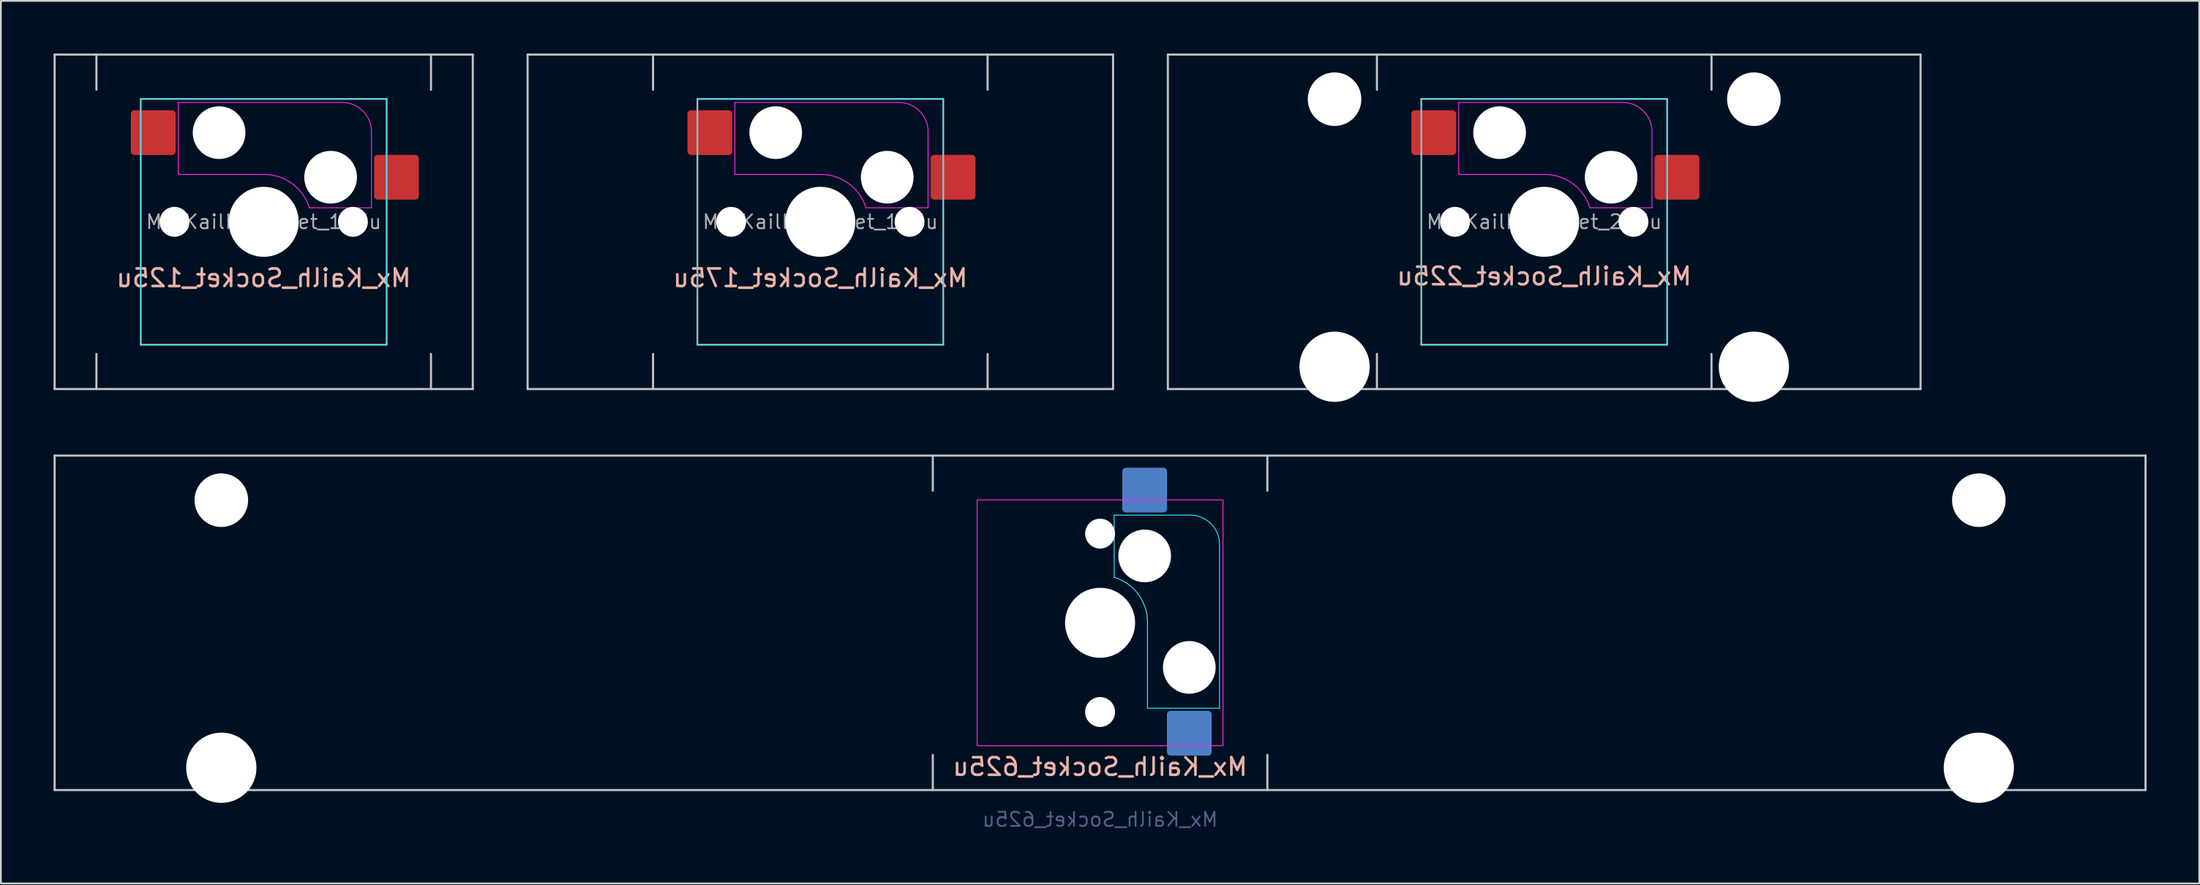
<source format=kicad_pcb>
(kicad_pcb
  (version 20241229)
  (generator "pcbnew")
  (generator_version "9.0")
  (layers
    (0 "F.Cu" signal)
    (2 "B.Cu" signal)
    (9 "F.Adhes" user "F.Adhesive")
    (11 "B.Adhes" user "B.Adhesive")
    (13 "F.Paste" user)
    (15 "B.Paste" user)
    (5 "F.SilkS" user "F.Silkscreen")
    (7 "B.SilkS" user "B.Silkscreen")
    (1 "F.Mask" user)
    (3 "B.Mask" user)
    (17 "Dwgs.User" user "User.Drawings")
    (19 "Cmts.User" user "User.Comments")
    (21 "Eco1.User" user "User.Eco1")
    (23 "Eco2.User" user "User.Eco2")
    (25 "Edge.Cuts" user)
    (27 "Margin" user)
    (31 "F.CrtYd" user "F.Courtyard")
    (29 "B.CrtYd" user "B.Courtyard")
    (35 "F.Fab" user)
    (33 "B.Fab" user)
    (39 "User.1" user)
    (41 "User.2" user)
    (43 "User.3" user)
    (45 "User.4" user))
  (footprint "Mx_Kailh_Socket_625u"
    (layer "F.Cu")
    (at 59.591 32.425)
    (property "Reference" "Mx_Kailh_Socket_625u" (at 0 8.2 0) (layer "B.SilkS") (effects (font (size 1 1) (thickness 0.15)) (justify mirror)))
    (attr through_hole)
    (fp_line (start -59.531 -9.525) (end -59.531 9.525) (stroke (width 0.12) (type solid)) (layer "Dwgs.User"))
    (fp_line (start -59.531 9.525) (end 59.531 9.525) (stroke (width 0.12) (type solid)) (layer "Dwgs.User"))
    (fp_line (start -9.525 -9.525) (end -9.525 -7.525) (stroke (width 0.12) (type solid)) (layer "Dwgs.User"))
    (fp_line (start -9.525 7.525) (end -9.525 9.525) (stroke (width 0.12) (type solid)) (layer "Dwgs.User"))
    (fp_line (start 9.525 -9.525) (end 9.525 -7.525) (stroke (width 0.12) (type solid)) (layer "Dwgs.User"))
    (fp_line (start 9.525 7.525) (end 9.525 9.525) (stroke (width 0.12) (type solid)) (layer "Dwgs.User"))
    (fp_line (start 59.531 -9.525) (end -59.531 -9.525) (stroke (width 0.12) (type solid)) (layer "Dwgs.User"))
    (fp_line (start 59.531 9.525) (end 59.531 -9.525) (stroke (width 0.12) (type solid)) (layer "Dwgs.User"))
    (fp_line (start 0.8 -6.135) (end 0.8 -2.6) (stroke (width 0.05) (type solid)) (layer "B.CrtYd"))
    (fp_line (start 0.8 -6.135) (end 5.2 -6.135) (stroke (width 0.05) (type solid)) (layer "B.CrtYd"))
    (fp_line (start 2.7 0) (end 2.7 4.865) (stroke (width 0.05) (type solid)) (layer "B.CrtYd"))
    (fp_line (start 6.8 -4.4) (end 6.8 4.865) (stroke (width 0.05) (type solid)) (layer "B.CrtYd"))
    (fp_line (start 6.8 4.865) (end 2.7 4.865) (stroke (width 0.05) (type solid)) (layer "B.CrtYd"))
    (fp_arc (start 0.8 -2.6) (mid 2.181685 -1.615462) (end 2.7 0) (stroke (width 0.05) (type solid)) (layer "B.CrtYd"))
    (fp_arc (start 5.2 -6.135) (mid 6.35933 -5.598871) (end 6.8 -4.4) (stroke (width 0.05) (type solid)) (layer "B.CrtYd"))
    (fp_rect (start -7 7) (end 7 -7) (stroke (width 0.05) (type solid)) (fill no) (layer "F.CrtYd"))
    (fp_text user "${REFERENCE}" (at 0 11.2 0) (unlocked yes) (layer "B.Fab") (effects (font (size 0.8 0.8) (thickness 0.1)) (justify mirror)))
    (pad "" np_thru_hole circle (at -50.038 -6.985) (size 3.05 3.05) (drill 3.05) (layers "*.Cu" "*.Mask"))
    (pad "" np_thru_hole circle (at -50.038 8.255) (size 4 4) (drill 4) (layers "*.Cu" "*.Mask"))
    (pad "" np_thru_hole circle (at 0 -5.08 270) (size 1.702 1.702) (drill 1.702) (layers "*.Cu" "*.Mask"))
    (pad "" np_thru_hole circle (at 0 0 270) (size 3.988 3.988) (drill 3.988) (layers "*.Cu" "*.Mask"))
    (pad "" np_thru_hole circle (at 0 5.08 270) (size 1.702 1.702) (drill 1.702) (layers "*.Cu" "*.Mask"))
    (pad "" np_thru_hole circle (at 2.54 -3.81 270) (size 3 3) (drill 3) (layers "*.Cu" "*.Mask"))
    (pad "" np_thru_hole circle (at 5.08 2.54 270) (size 3 3) (drill 3) (layers "*.Cu" "*.Mask"))
    (pad "" np_thru_hole circle (at 50.038 -6.985) (size 3.05 3.05) (drill 3.05) (layers "*.Cu" "*.Mask"))
    (pad "" np_thru_hole circle (at 50.038 8.255) (size 4 4) (drill 4) (layers "*.Cu" "*.Mask"))
    (pad "1" smd roundrect (at 5.08 6.29 270) (size 2.55 2.55) (layers "B.Cu" "B.Mask" "B.Paste") (roundrect_rratio 0.08))
    (pad "2" smd roundrect (at 2.54 -7.56 270) (size 2.55 2.55) (layers "B.Cu" "B.Mask" "B.Paste") (roundrect_rratio 0.08)))
  (footprint "Mx_Kailh_Socket_175u"
    (layer "F.Cu")
    (at 43.661 9.585)
    (property "Reference" "Mx_Kailh_Socket_175u" (at 0 3.2 0) (layer "B.SilkS") (effects (font (size 1 1) (thickness 0.15)) (justify mirror)))
    (attr through_hole)
    (fp_line (start -16.669 -9.525) (end -16.669 9.525) (stroke (width 0.12) (type solid)) (layer "Dwgs.User"))
    (fp_line (start -16.669 9.525) (end 16.669 9.525) (stroke (width 0.12) (type solid)) (layer "Dwgs.User"))
    (fp_line (start -9.525 -9.525) (end -9.525 -7.525) (stroke (width 0.12) (type solid)) (layer "Dwgs.User"))
    (fp_line (start -9.525 7.525) (end -9.525 9.525) (stroke (width 0.12) (type solid)) (layer "Dwgs.User"))
    (fp_line (start 9.525 -9.525) (end 9.525 -7.525) (stroke (width 0.12) (type solid)) (layer "Dwgs.User"))
    (fp_line (start 9.525 7.525) (end 9.525 9.525) (stroke (width 0.12) (type solid)) (layer "Dwgs.User"))
    (fp_line (start 16.669 -9.525) (end -16.669 -9.525) (stroke (width 0.12) (type solid)) (layer "Dwgs.User"))
    (fp_line (start 16.669 9.525) (end 16.669 -9.525) (stroke (width 0.12) (type solid)) (layer "Dwgs.User"))
    (fp_rect (start -7 7) (end 7 -7) (stroke (width 0.05) (type solid)) (fill no) (layer "B.CrtYd"))
    (fp_line (start -4.865 -6.8) (end -4.865 -2.7) (stroke (width 0.05) (type solid)) (layer "F.CrtYd"))
    (fp_line (start 0 -2.7) (end -4.865 -2.7) (stroke (width 0.05) (type solid)) (layer "F.CrtYd"))
    (fp_line (start 4.4 -6.8) (end -4.865 -6.8) (stroke (width 0.05) (type solid)) (layer "F.CrtYd"))
    (fp_line (start 6.135 -0.8) (end 2.6 -0.8) (stroke (width 0.05) (type solid)) (layer "F.CrtYd"))
    (fp_line (start 6.135 -0.8) (end 6.135 -5.2) (stroke (width 0.05) (type solid)) (layer "F.CrtYd"))
    (fp_arc (start 0 -2.7) (mid 1.615462 -2.181685) (end 2.6 -0.8) (stroke (width 0.05) (type solid)) (layer "F.CrtYd"))
    (fp_arc (start 4.4 -6.8) (mid 5.598871 -6.35933) (end 6.135 -5.2) (stroke (width 0.05) (type solid)) (layer "F.CrtYd"))
    (fp_line (start -7 -7) (end 7 -7) (stroke (width 0.1) (type solid)) (layer "F.Fab"))
    (fp_line (start -7 7) (end -7 -7) (stroke (width 0.1) (type solid)) (layer "F.Fab"))
    (fp_line (start 7 -7) (end 7 7) (stroke (width 0.1) (type solid)) (layer "F.Fab"))
    (fp_line (start 7 7) (end -7 7) (stroke (width 0.1) (type solid)) (layer "F.Fab"))
    (fp_text user "${REFERENCE}" (at 0 0 0) (unlocked yes) (layer "F.Fab") (effects (font (size 0.8 0.8) (thickness 0.1))))
    (pad "" np_thru_hole circle (at -5.08 0) (size 1.702 1.702) (drill 1.702) (layers "*.Cu" "*.Mask"))
    (pad "" np_thru_hole circle (at -2.54 -5.08) (size 3 3) (drill 3) (layers "*.Cu" "*.Mask"))
    (pad "" np_thru_hole circle (at 0 0) (size 3.988 3.988) (drill 3.988) (layers "*.Cu" "*.Mask"))
    (pad "" np_thru_hole circle (at 3.81 -2.54) (size 3 3) (drill 3) (layers "*.Cu" "*.Mask"))
    (pad "" np_thru_hole circle (at 5.08 0) (size 1.702 1.702) (drill 1.702) (layers "*.Cu" "*.Mask"))
    (pad "1" smd roundrect (at -6.29 -5.08) (size 2.55 2.55) (layers "F.Cu" "F.Mask" "F.Paste") (roundrect_rratio 0.08))
    (pad "2" smd roundrect (at 7.56 -2.54) (size 2.55 2.55) (layers "F.Cu" "F.Mask" "F.Paste") (roundrect_rratio 0.08)))
  (footprint "Mx_Kailh_Socket_125u"
    (layer "F.Cu")
    (at 11.966 9.585)
    (property "Reference" "Mx_Kailh_Socket_125u" (at 0 3.2 0) (layer "B.SilkS") (effects (font (size 1 1) (thickness 0.15)) (justify mirror)))
    (attr through_hole)
    (fp_line (start -11.906 -9.525) (end -11.906 9.525) (stroke (width 0.12) (type solid)) (layer "Dwgs.User"))
    (fp_line (start -11.906 9.525) (end 11.906 9.525) (stroke (width 0.12) (type solid)) (layer "Dwgs.User"))
    (fp_line (start -9.525 -9.525) (end -9.525 -7.525) (stroke (width 0.12) (type solid)) (layer "Dwgs.User"))
    (fp_line (start -9.525 7.525) (end -9.525 9.525) (stroke (width 0.12) (type solid)) (layer "Dwgs.User"))
    (fp_line (start 9.525 -9.525) (end 9.525 -7.525) (stroke (width 0.12) (type solid)) (layer "Dwgs.User"))
    (fp_line (start 9.525 7.525) (end 9.525 9.525) (stroke (width 0.12) (type solid)) (layer "Dwgs.User"))
    (fp_line (start 11.906 -9.525) (end -11.906 -9.525) (stroke (width 0.12) (type solid)) (layer "Dwgs.User"))
    (fp_line (start 11.906 9.525) (end 11.906 -9.525) (stroke (width 0.12) (type solid)) (layer "Dwgs.User"))
    (fp_rect (start -7 7) (end 7 -7) (stroke (width 0.05) (type solid)) (fill no) (layer "B.CrtYd"))
    (fp_line (start -4.865 -6.8) (end -4.865 -2.7) (stroke (width 0.05) (type solid)) (layer "F.CrtYd"))
    (fp_line (start 0 -2.7) (end -4.865 -2.7) (stroke (width 0.05) (type solid)) (layer "F.CrtYd"))
    (fp_line (start 4.4 -6.8) (end -4.865 -6.8) (stroke (width 0.05) (type solid)) (layer "F.CrtYd"))
    (fp_line (start 6.135 -0.8) (end 2.6 -0.8) (stroke (width 0.05) (type solid)) (layer "F.CrtYd"))
    (fp_line (start 6.135 -0.8) (end 6.135 -5.2) (stroke (width 0.05) (type solid)) (layer "F.CrtYd"))
    (fp_arc (start 0 -2.7) (mid 1.615462 -2.181685) (end 2.6 -0.8) (stroke (width 0.05) (type solid)) (layer "F.CrtYd"))
    (fp_arc (start 4.4 -6.8) (mid 5.598871 -6.35933) (end 6.135 -5.2) (stroke (width 0.05) (type solid)) (layer "F.CrtYd"))
    (fp_line (start -7 -7) (end -7 7) (stroke (width 0.1) (type solid)) (layer "F.Fab"))
    (fp_line (start -7 7) (end 7 7) (stroke (width 0.1) (type solid)) (layer "F.Fab"))
    (fp_line (start 7 -7) (end -7 -7) (stroke (width 0.1) (type solid)) (layer "F.Fab"))
    (fp_line (start 7 7) (end 7 -7) (stroke (width 0.1) (type solid)) (layer "F.Fab"))
    (fp_text user "${REFERENCE}" (at 0 0 0) (unlocked yes) (layer "F.Fab") (effects (font (size 0.8 0.8) (thickness 0.1))))
    (pad "" np_thru_hole circle (at -5.08 0) (size 1.702 1.702) (drill 1.702) (layers "*.Cu" "*.Mask"))
    (pad "" np_thru_hole circle (at -2.54 -5.08) (size 3 3) (drill 3) (layers "*.Cu" "*.Mask"))
    (pad "" np_thru_hole circle (at 0 0) (size 3.988 3.988) (drill 3.988) (layers "*.Cu" "*.Mask"))
    (pad "" np_thru_hole circle (at 3.81 -2.54) (size 3 3) (drill 3) (layers "*.Cu" "*.Mask"))
    (pad "" np_thru_hole circle (at 5.08 0) (size 1.702 1.702) (drill 1.702) (layers "*.Cu" "*.Mask"))
    (pad "1" smd roundrect (at -6.29 -5.08) (size 2.55 2.55) (layers "F.Cu" "F.Mask" "F.Paste") (roundrect_rratio 0.08))
    (pad "2" smd roundrect (at 7.56 -2.54) (size 2.55 2.55) (layers "F.Cu" "F.Mask" "F.Paste") (roundrect_rratio 0.08)))
  (footprint "Mx_Kailh_Socket_225u"
    (layer "F.Cu")
    (at 84.881 9.585)
    (property "Reference" "Mx_Kailh_Socket_225u" (at 0 3.1 0) (layer "B.SilkS") (effects (font (size 1 1) (thickness 0.15)) (justify mirror)))
    (attr through_hole)
    (fp_line (start -21.431 -9.525) (end -21.431 9.525) (stroke (width 0.12) (type solid)) (layer "Dwgs.User"))
    (fp_line (start -21.431 9.525) (end 21.431 9.525) (stroke (width 0.12) (type solid)) (layer "Dwgs.User"))
    (fp_line (start -9.525 -9.525) (end -9.525 -7.525) (stroke (width 0.12) (type solid)) (layer "Dwgs.User"))
    (fp_line (start -9.525 7.525) (end -9.525 9.525) (stroke (width 0.12) (type solid)) (layer "Dwgs.User"))
    (fp_line (start 9.525 -9.525) (end 9.525 -7.525) (stroke (width 0.12) (type solid)) (layer "Dwgs.User"))
    (fp_line (start 9.525 7.525) (end 9.525 9.525) (stroke (width 0.12) (type solid)) (layer "Dwgs.User"))
    (fp_line (start 21.431 -9.525) (end -21.431 -9.525) (stroke (width 0.12) (type solid)) (layer "Dwgs.User"))
    (fp_line (start 21.431 9.525) (end 21.431 -9.525) (stroke (width 0.12) (type solid)) (layer "Dwgs.User"))
    (fp_rect (start -7 7) (end 7 -7) (stroke (width 0.05) (type solid)) (fill no) (layer "B.CrtYd"))
    (fp_line (start -4.865 -6.8) (end -4.865 -2.7) (stroke (width 0.05) (type solid)) (layer "F.CrtYd"))
    (fp_line (start 0 -2.7) (end -4.865 -2.7) (stroke (width 0.05) (type solid)) (layer "F.CrtYd"))
    (fp_line (start 4.4 -6.8) (end -4.865 -6.8) (stroke (width 0.05) (type solid)) (layer "F.CrtYd"))
    (fp_line (start 6.135 -0.8) (end 2.6 -0.8) (stroke (width 0.05) (type solid)) (layer "F.CrtYd"))
    (fp_line (start 6.135 -0.8) (end 6.135 -5.2) (stroke (width 0.05) (type solid)) (layer "F.CrtYd"))
    (fp_arc (start 0 -2.7) (mid 1.615462 -2.181685) (end 2.6 -0.8) (stroke (width 0.05) (type solid)) (layer "F.CrtYd"))
    (fp_arc (start 4.4 -6.8) (mid 5.598871 -6.35933) (end 6.135 -5.2) (stroke (width 0.05) (type solid)) (layer "F.CrtYd"))
    (fp_line (start -7 -7) (end 7 -7) (stroke (width 0.1) (type solid)) (layer "F.Fab"))
    (fp_line (start -7 7) (end -7 -7) (stroke (width 0.1) (type solid)) (layer "F.Fab"))
    (fp_line (start 7 -7) (end 7 7) (stroke (width 0.1) (type solid)) (layer "F.Fab"))
    (fp_line (start 7 7) (end -7 7) (stroke (width 0.1) (type solid)) (layer "F.Fab"))
    (fp_text user "${REFERENCE}" (at 0 0 0) (unlocked yes) (layer "F.Fab") (effects (font (size 0.8 0.8) (thickness 0.1))))
    (pad "" np_thru_hole circle (at -11.938 -6.985) (size 3.05 3.05) (drill 3.05) (layers "*.Cu" "*.Mask"))
    (pad "" np_thru_hole circle (at -11.938 8.255) (size 4 4) (drill 4) (layers "*.Cu" "*.Mask"))
    (pad "" np_thru_hole circle (at -5.08 0) (size 1.702 1.702) (drill 1.702) (layers "*.Cu" "*.Mask"))
    (pad "" np_thru_hole circle (at -2.54 -5.08) (size 3 3) (drill 3) (layers "*.Cu" "*.Mask"))
    (pad "" np_thru_hole circle (at 0 0) (size 3.988 3.988) (drill 3.988) (layers "*.Cu" "*.Mask"))
    (pad "" np_thru_hole circle (at 3.81 -2.54) (size 3 3) (drill 3) (layers "*.Cu" "*.Mask"))
    (pad "" np_thru_hole circle (at 5.08 0) (size 1.702 1.702) (drill 1.702) (layers "*.Cu" "*.Mask"))
    (pad "" np_thru_hole circle (at 11.938 -6.985) (size 3.05 3.05) (drill 3.05) (layers "*.Cu" "*.Mask"))
    (pad "" np_thru_hole circle (at 11.938 8.255) (size 4 4) (drill 4) (layers "*.Cu" "*.Mask"))
    (pad "1" smd roundrect (at -6.29 -5.08) (size 2.55 2.55) (layers "F.Cu" "F.Mask" "F.Paste") (roundrect_rratio 0.08))
    (pad "2" smd roundrect (at 7.56 -2.54) (size 2.55 2.55) (layers "F.Cu" "F.Mask" "F.Paste") (roundrect_rratio 0.08)))
  (gr_rect
    (start -3 -3)
    (end 122.183 47.269)
    (stroke (width 0.1) (type default))
    (fill no)
    (layer "Edge.Cuts")))
</source>
